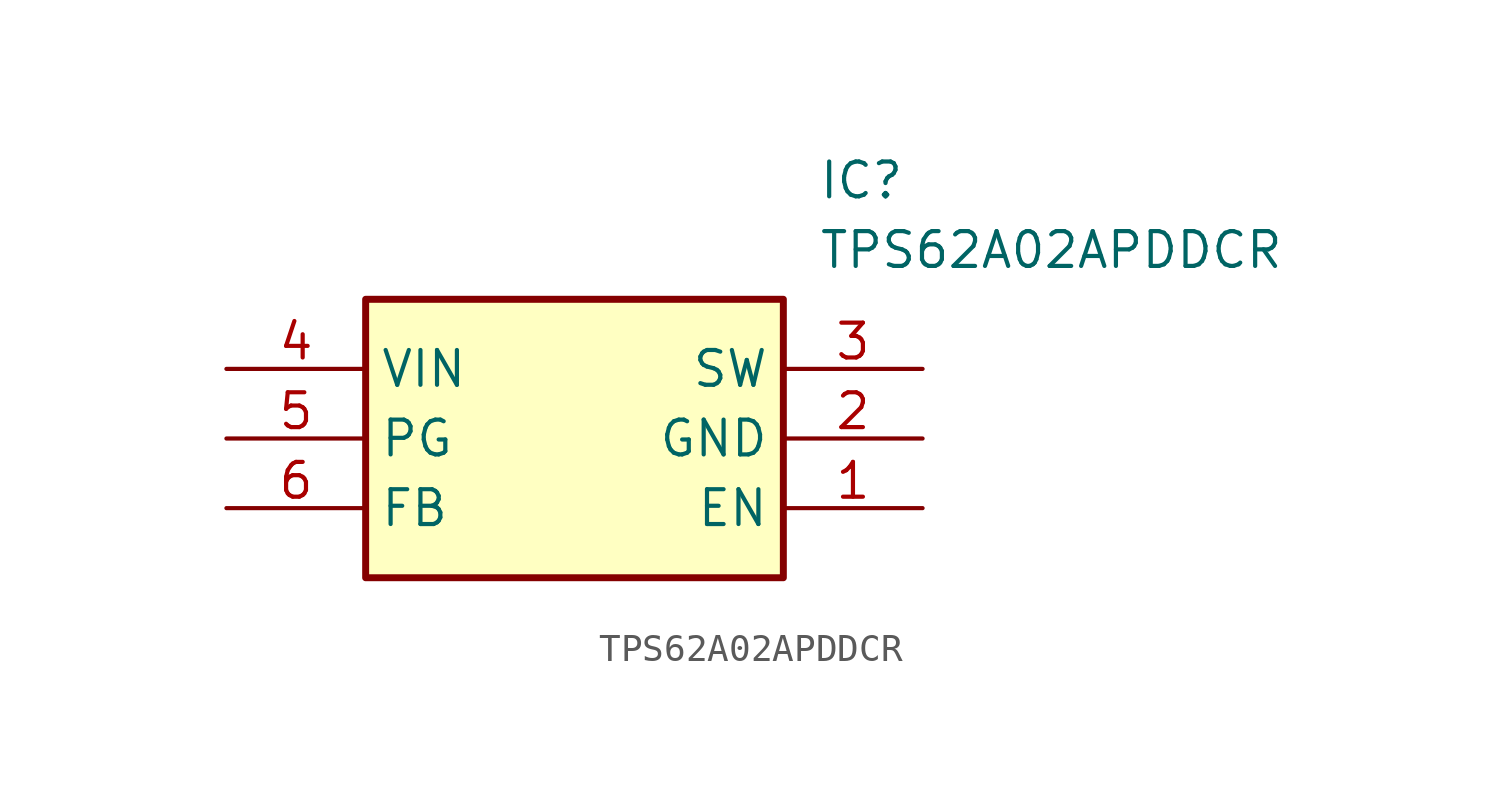
<source format=kicad_sym>
(kicad_symbol_lib
  (version 20241209)
  (generator "kicad_symbol_editor")
  (generator_version "9.0")
  (symbol "TPS62A02APDDCR"
    (property "Reference" "IC"
      (at 21.59 7.62 0)
      (effects (font (size 1.27 1.27)) (justify left top)))
    (property "Value" "TPS62A02APDDCR"
      (at 21.59 5.08 0)
      (effects (font (size 1.27 1.27)) (justify left top)))
    (symbol "TPS62A02APDDCR_1_1"
      (rectangle (start 5.08 2.54) (end 20.32 -7.62) (stroke (width 0.254) (type default)) (fill (type background)))
      (pin passive line (at 0 0 0) (length 5.08) (name "VIN" (effects (font (size 1.27 1.27)))) (number "4" (effects (font (size 1.27 1.27)))))
      (pin passive line (at 0 -2.54 0) (length 5.08) (name "PG" (effects (font (size 1.27 1.27)))) (number "5" (effects (font (size 1.27 1.27)))))
      (pin passive line (at 0 -5.08 0) (length 5.08) (name "FB" (effects (font (size 1.27 1.27)))) (number "6" (effects (font (size 1.27 1.27)))))
      (pin passive line (at 25.4 0 180) (length 5.08) (name "SW" (effects (font (size 1.27 1.27)))) (number "3" (effects (font (size 1.27 1.27)))))
      (pin passive line (at 25.4 -2.54 180) (length 5.08) (name "GND" (effects (font (size 1.27 1.27)))) (number "2" (effects (font (size 1.27 1.27)))))
      (pin passive line (at 25.4 -5.08 180) (length 5.08) (name "EN" (effects (font (size 1.27 1.27)))) (number "1" (effects (font (size 1.27 1.27))))))))
</source>
